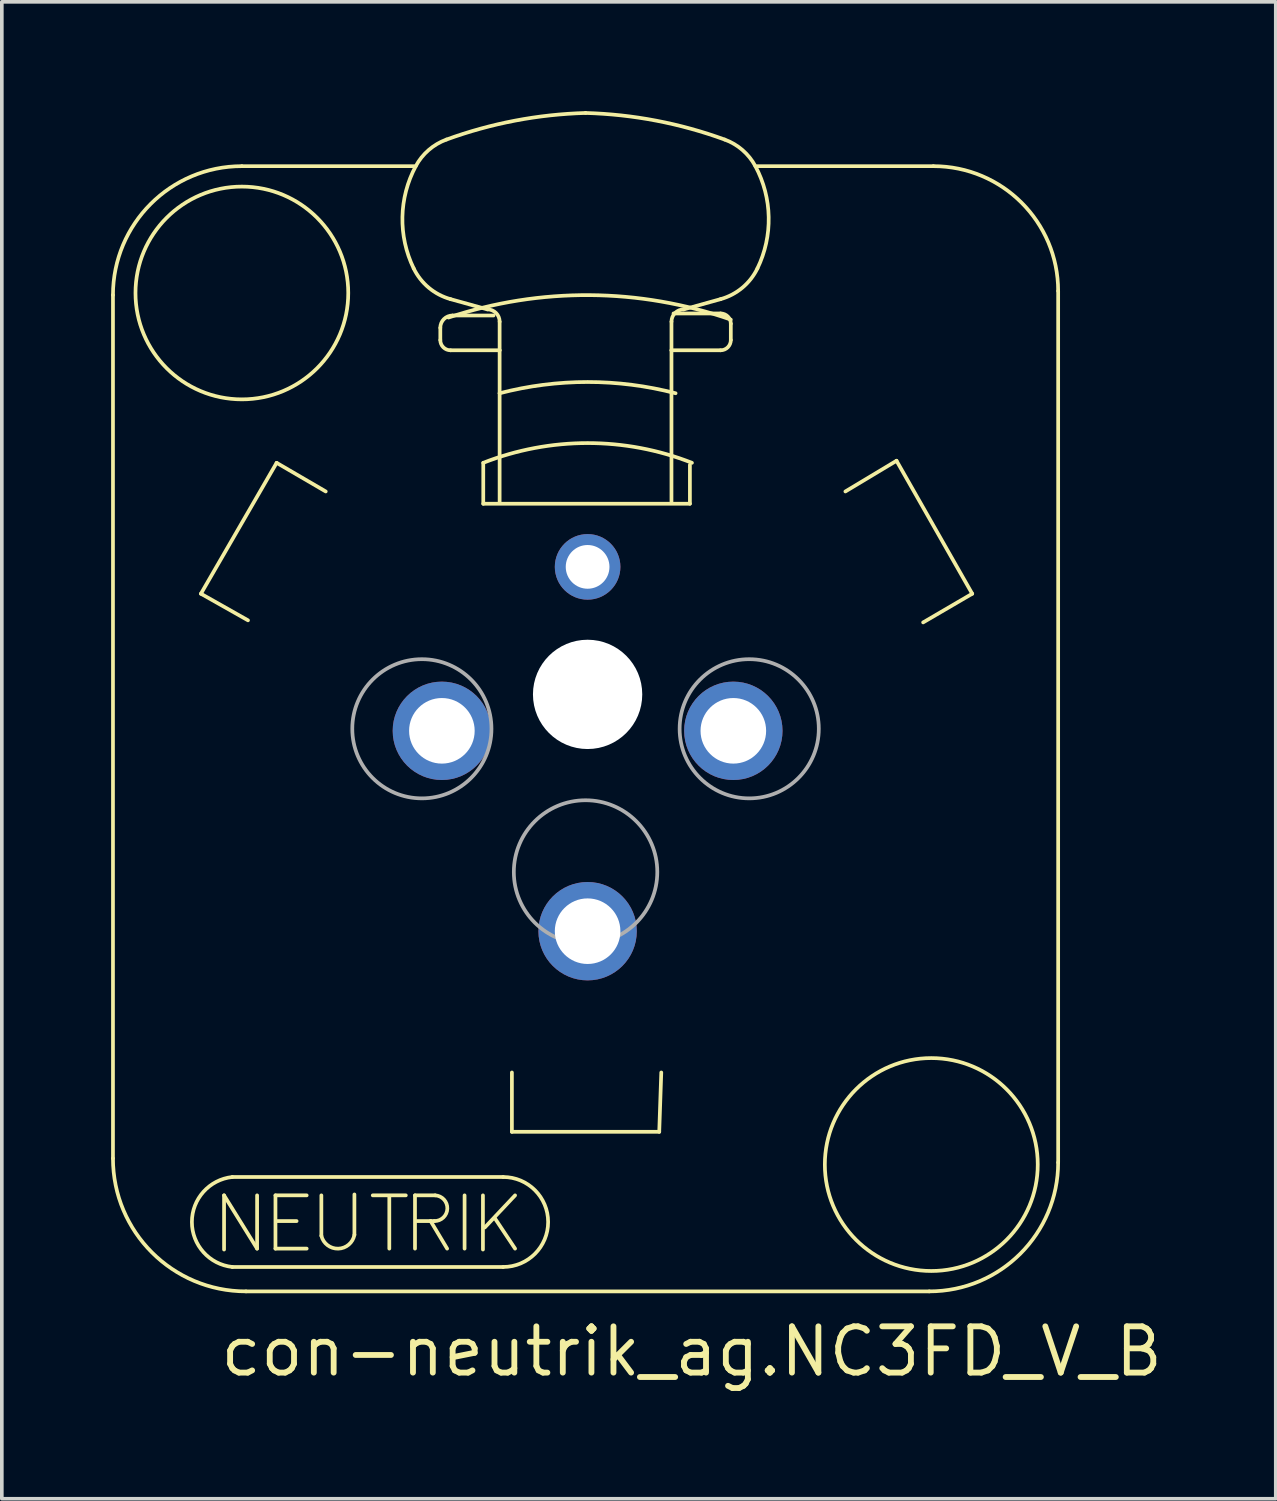
<source format=kicad_pcb>
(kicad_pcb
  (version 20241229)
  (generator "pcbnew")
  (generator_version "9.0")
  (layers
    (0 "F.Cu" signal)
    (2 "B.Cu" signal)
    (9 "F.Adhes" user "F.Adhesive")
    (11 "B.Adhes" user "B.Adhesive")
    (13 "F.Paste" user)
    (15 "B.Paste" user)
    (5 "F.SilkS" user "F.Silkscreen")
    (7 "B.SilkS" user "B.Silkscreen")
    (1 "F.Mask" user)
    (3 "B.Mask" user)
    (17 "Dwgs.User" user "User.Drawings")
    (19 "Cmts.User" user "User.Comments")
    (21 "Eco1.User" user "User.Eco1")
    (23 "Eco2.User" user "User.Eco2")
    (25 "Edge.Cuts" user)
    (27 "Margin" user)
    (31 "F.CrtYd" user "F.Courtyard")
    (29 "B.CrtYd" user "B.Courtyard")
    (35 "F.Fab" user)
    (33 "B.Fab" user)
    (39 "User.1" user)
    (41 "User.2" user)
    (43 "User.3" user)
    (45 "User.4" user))
  (footprint "con-neutrik_ag.NC3FD_V_B"
    (layer "F.Cu")
    (at 13.079 17.01)
    (property "Reference" "con-neutrik_ag.NC3FD_V_B" (at -10.16 17.78 0) (layer "F.SilkS") (effects (font (size 1.27 1.27) (thickness 0.16)) (justify left bottom)))
    (attr through_hole)
    (fp_line (start -13.028 -11.961) (end -13.028 11.736) (stroke (width 0.102) (type default)) (layer "F.SilkS"))
    (fp_line (start -10.614 -3.763) (end -8.536 -7.356) (stroke (width 0.102) (type default)) (layer "F.SilkS"))
    (fp_line (start -9.979 12.751) (end -9.072 14.213) (stroke (width 0.102) (type default)) (layer "F.SilkS"))
    (fp_line (start -9.979 14.238) (end -9.979 12.751) (stroke (width 0.102) (type default)) (layer "F.SilkS"))
    (fp_line (start -9.752 12.247) (end -2.318 12.247) (stroke (width 0.102) (type default)) (layer "F.SilkS"))
    (fp_line (start -9.378 15.387) (end 9.378 15.387) (stroke (width 0.102) (type default)) (layer "F.SilkS"))
    (fp_line (start -9.322 -3.033) (end -10.614 -3.763) (stroke (width 0.102) (type default)) (layer "F.SilkS"))
    (fp_line (start -9.072 14.213) (end -9.072 12.751) (stroke (width 0.102) (type default)) (layer "F.SilkS"))
    (fp_line (start -8.568 12.751) (end -8.568 14.213) (stroke (width 0.102) (type default)) (layer "F.SilkS"))
    (fp_line (start -8.568 14.213) (end -7.711 14.213) (stroke (width 0.102) (type default)) (layer "F.SilkS"))
    (fp_line (start -8.536 -7.356) (end -7.188 -6.57) (stroke (width 0.102) (type default)) (layer "F.SilkS"))
    (fp_line (start -8.518 13.457) (end -7.988 13.457) (stroke (width 0.102) (type default)) (layer "F.SilkS"))
    (fp_line (start -7.711 12.751) (end -8.568 12.751) (stroke (width 0.102) (type default)) (layer "F.SilkS"))
    (fp_line (start -7.308 12.751) (end -7.308 13.86) (stroke (width 0.102) (type default)) (layer "F.SilkS"))
    (fp_line (start -6.401 13.835) (end -6.401 12.726) (stroke (width 0.102) (type default)) (layer "F.SilkS"))
    (fp_line (start -5.897 12.751) (end -4.99 12.751) (stroke (width 0.102) (type default)) (layer "F.SilkS"))
    (fp_line (start -5.443 12.776) (end -5.443 14.213) (stroke (width 0.102) (type default)) (layer "F.SilkS"))
    (fp_line (start -4.773 -15.499) (end -9.49 -15.499) (stroke (width 0.102) (type default)) (layer "F.SilkS"))
    (fp_line (start -4.738 12.751) (end -4.183 12.751) (stroke (width 0.102) (type default)) (layer "F.SilkS"))
    (fp_line (start -4.738 14.213) (end -4.738 12.751) (stroke (width 0.102) (type default)) (layer "F.SilkS"))
    (fp_line (start -4.309 13.457) (end -4.687 13.457) (stroke (width 0.102) (type default)) (layer "F.SilkS"))
    (fp_line (start -4.309 13.457) (end -3.856 14.213) (stroke (width 0.102) (type default)) (layer "F.SilkS"))
    (fp_line (start -4.208 13.457) (end -4.309 13.457) (stroke (width 0.102) (type default)) (layer "F.SilkS"))
    (fp_line (start -4.043 -10.726) (end -4.043 -11.063) (stroke (width 0.102) (type default)) (layer "F.SilkS"))
    (fp_line (start -3.706 -11.4) (end -2.583 -11.4) (stroke (width 0.102) (type default)) (layer "F.SilkS"))
    (fp_line (start -3.377 12.751) (end -3.377 14.213) (stroke (width 0.102) (type default)) (layer "F.SilkS"))
    (fp_line (start -2.873 12.751) (end -2.873 14.238) (stroke (width 0.102) (type default)) (layer "F.SilkS"))
    (fp_line (start -2.864 -7.356) (end -2.864 -6.233) (stroke (width 0.102) (type default)) (layer "F.SilkS"))
    (fp_line (start -2.864 -6.233) (end 2.808 -6.233) (stroke (width 0.102) (type default)) (layer "F.SilkS"))
    (fp_line (start -2.752 -11.568) (end -3.763 -11.849) (stroke (width 0.102) (type default)) (layer "F.SilkS"))
    (fp_line (start -2.545 13.381) (end -1.991 14.213) (stroke (width 0.102) (type default)) (layer "F.SilkS"))
    (fp_line (start -2.415 -10.445) (end -3.762 -10.445) (stroke (width 0.102) (type default)) (layer "F.SilkS"))
    (fp_line (start -2.415 -10.445) (end -2.415 -11.231) (stroke (width 0.102) (type default)) (layer "F.SilkS"))
    (fp_line (start -2.415 -9.266) (end -2.415 -10.445) (stroke (width 0.102) (type default)) (layer "F.SilkS"))
    (fp_line (start -2.415 -6.29) (end -2.415 -9.266) (stroke (width 0.102) (type default)) (layer "F.SilkS"))
    (fp_line (start -2.318 14.717) (end -9.752 14.717) (stroke (width 0.102) (type default)) (layer "F.SilkS"))
    (fp_line (start -2.078 9.378) (end -2.078 11.007) (stroke (width 0.102) (type default)) (layer "F.SilkS"))
    (fp_line (start -2.078 11.007) (end 1.966 11.007) (stroke (width 0.102) (type default)) (layer "F.SilkS"))
    (fp_line (start -1.991 12.751) (end -2.822 13.633) (stroke (width 0.102) (type default)) (layer "F.SilkS"))
    (fp_line (start 1.966 11.007) (end 2.022 9.378) (stroke (width 0.102) (type default)) (layer "F.SilkS"))
    (fp_line (start 2.302 -10.445) (end 2.302 -11.231) (stroke (width 0.102) (type default)) (layer "F.SilkS"))
    (fp_line (start 2.302 -10.445) (end 3.65 -10.445) (stroke (width 0.102) (type default)) (layer "F.SilkS"))
    (fp_line (start 2.302 -6.29) (end 2.302 -10.445) (stroke (width 0.102) (type default)) (layer "F.SilkS"))
    (fp_line (start 2.639 -11.568) (end 3.65 -11.849) (stroke (width 0.102) (type default)) (layer "F.SilkS"))
    (fp_line (start 2.808 -6.233) (end 2.808 -7.3) (stroke (width 0.102) (type default)) (layer "F.SilkS"))
    (fp_line (start 3.65 -11.456) (end 2.358 -11.456) (stroke (width 0.102) (type default)) (layer "F.SilkS"))
    (fp_line (start 3.931 -10.726) (end 3.931 -11.175) (stroke (width 0.102) (type default)) (layer "F.SilkS"))
    (fp_line (start 7.076 -6.57) (end 8.479 -7.413) (stroke (width 0.102) (type default)) (layer "F.SilkS"))
    (fp_line (start 8.479 -7.413) (end 10.557 -3.763) (stroke (width 0.102) (type default)) (layer "F.SilkS"))
    (fp_line (start 9.49 -15.499) (end 4.661 -15.499) (stroke (width 0.102) (type default)) (layer "F.SilkS"))
    (fp_line (start 10.557 -3.763) (end 9.21 -2.976) (stroke (width 0.102) (type default)) (layer "F.SilkS"))
    (fp_line (start 12.916 11.849) (end 12.916 -12.074) (stroke (width 0.102) (type default)) (layer "F.SilkS"))
    (fp_arc (start -13.0282 -11.9613) (mid -11.991944 -14.462944) (end -9.4903 -15.4992) (stroke (width 0.1016) (type default)) (layer "F.SilkS"))
    (fp_arc (start -9.7524 14.7168) (mid -10.861431 13.482) (end -9.7524 12.2472) (stroke (width 0.1016) (type default)) (layer "F.SilkS"))
    (fp_arc (start -9.3781 15.3866) (mid -11.95911 14.31751) (end -13.0282 11.7365) (stroke (width 0.1016) (type default)) (layer "F.SilkS"))
    (fp_arc (start -6.4008 13.8348) (mid -6.844214 14.214097) (end -7.308 13.86) (stroke (width 0.1016) (type default)) (layer "F.SilkS"))
    (fp_arc (start -4.7733 -12.6914) (mid -5.082979 -14.102061) (end -4.7171 -15.4992) (stroke (width 0.1016) (type default)) (layer "F.SilkS"))
    (fp_arc (start -4.7171 -15.4992) (mid -4.363217 -15.941815) (end -3.8748 -16.2292) (stroke (width 0.1016) (type default)) (layer "F.SilkS"))
    (fp_arc (start -4.1832 12.7512) (mid -3.852275 13.116269) (end -4.2084 13.4568) (stroke (width 0.1016) (type default)) (layer "F.SilkS"))
    (fp_arc (start -4.0432 -11.0629) (mid -3.944524 -11.301124) (end -3.7063 -11.3998) (stroke (width 0.1016) (type default)) (layer "F.SilkS"))
    (fp_arc (start -3.8748 -16.2292) (mid -1.994886 -16.747919) (end -0.0562 -16.9592) (stroke (width 0.1016) (type default)) (layer "F.SilkS"))
    (fp_arc (start -3.8186 -11.3435) (mid 0.06081 -11.959103) (end 3.9309 -11.2874) (stroke (width 0.1016) (type default)) (layer "F.SilkS"))
    (fp_arc (start -3.7625 -11.849) (mid -4.358518 -12.161467) (end -4.7733 -12.6914) (stroke (width 0.1016) (type default)) (layer "F.SilkS"))
    (fp_arc (start -3.7624 -10.4451) (mid -3.960956 -10.527344) (end -4.0432 -10.7259) (stroke (width 0.1016) (type default)) (layer "F.SilkS"))
    (fp_arc (start -2.864 -7.3565) (mid -0.00005 -7.89819) (end 2.8639 -7.3565) (stroke (width 0.1016) (type default)) (layer "F.SilkS"))
    (fp_arc (start -2.7517 -11.5682) (mid -2.513405 -11.469495) (end -2.4147 -11.2312) (stroke (width 0.1016) (type default)) (layer "F.SilkS"))
    (fp_arc (start -2.4147 -9.2658) (mid 0 -9.574369) (end 2.4147 -9.2658) (stroke (width 0.1016) (type default)) (layer "F.SilkS"))
    (fp_arc (start -2.3184 12.2472) (mid -1.0836 13.482) (end -2.3184 14.7168) (stroke (width 0.1016) (type default)) (layer "F.SilkS"))
    (fp_arc (start -0.0561 -16.9593) (mid 1.882586 -16.748019) (end 3.7625 -16.2293) (stroke (width 0.1016) (type default)) (layer "F.SilkS"))
    (fp_arc (start 2.3024 -11.2313) (mid 2.401105 -11.469595) (end 2.6394 -11.5683) (stroke (width 0.1016) (type default)) (layer "F.SilkS"))
    (fp_arc (start 3.6501 -11.4559) (mid 3.848656 -11.373656) (end 3.9309 -11.1751) (stroke (width 0.1016) (type default)) (layer "F.SilkS"))
    (fp_arc (start 3.7625 -16.2293) (mid 4.250923 -15.941922) (end 4.6048 -15.4993) (stroke (width 0.1016) (type default)) (layer "F.SilkS"))
    (fp_arc (start 3.9309 -10.7259) (mid 3.848656 -10.527344) (end 3.6501 -10.4451) (stroke (width 0.1016) (type default)) (layer "F.SilkS"))
    (fp_arc (start 4.6048 -15.4993) (mid 4.970679 -14.102161) (end 4.661 -12.6915) (stroke (width 0.1016) (type default)) (layer "F.SilkS"))
    (fp_arc (start 4.661 -12.6915) (mid 4.246218 -12.161567) (end 3.6502 -11.8491) (stroke (width 0.1016) (type default)) (layer "F.SilkS"))
    (fp_arc (start 9.4904 -15.4992) (mid 11.912594 -14.495894) (end 12.9159 -12.0737) (stroke (width 0.1016) (type default)) (layer "F.SilkS"))
    (fp_arc (start 12.9159 11.8488) (mid 11.879702 14.350402) (end 9.3781 15.3866) (stroke (width 0.1016) (type default)) (layer "F.SilkS"))
    (fp_circle (center -9.49 -12.018) (end -6.57 -12.018) (stroke (width 0.102) (type default)) (fill no) (layer "F.SilkS"))
    (fp_circle (center 9.434 11.905) (end 12.356 11.905) (stroke (width 0.102) (type default)) (fill no) (layer "F.SilkS"))
    (fp_circle (center -4.549 -0.056) (end -2.639 -0.056) (stroke (width 0.102) (type default)) (fill no) (layer "F.Fab"))
    (fp_circle (center -0.056 3.875) (end 1.913 3.875) (stroke (width 0.102) (type default)) (fill no) (layer "F.Fab"))
    (fp_circle (center 4.436 -0.056) (end 6.346 -0.056) (stroke (width 0.102) (type default)) (fill no) (layer "F.Fab"))
    (pad "" np_thru_hole circle (at 0 -1) (size 3 3) (drill 3) (layers "*.Cu" "*.Mask"))
    (pad "1" thru_hole circle (at 4 0) (size 2.7 2.7) (drill 1.8) (layers "*.Cu" "*.Mask"))
    (pad "2" thru_hole circle (at -4 0) (size 2.7 2.7) (drill 1.8) (layers "*.Cu" "*.Mask"))
    (pad "3" thru_hole circle (at 0 5.5) (size 2.7 2.7) (drill 1.8) (layers "*.Cu" "*.Mask"))
    (pad "G" thru_hole circle (at 0 -4.5) (size 1.8 1.8) (drill 1.2) (layers "*.Cu" "*.Mask")))
  (gr_rect
    (start -3 -3)
    (end 31.968 38.088)
    (stroke (width 0.1) (type default))
    (fill no)
    (layer "Edge.Cuts")))
</source>
